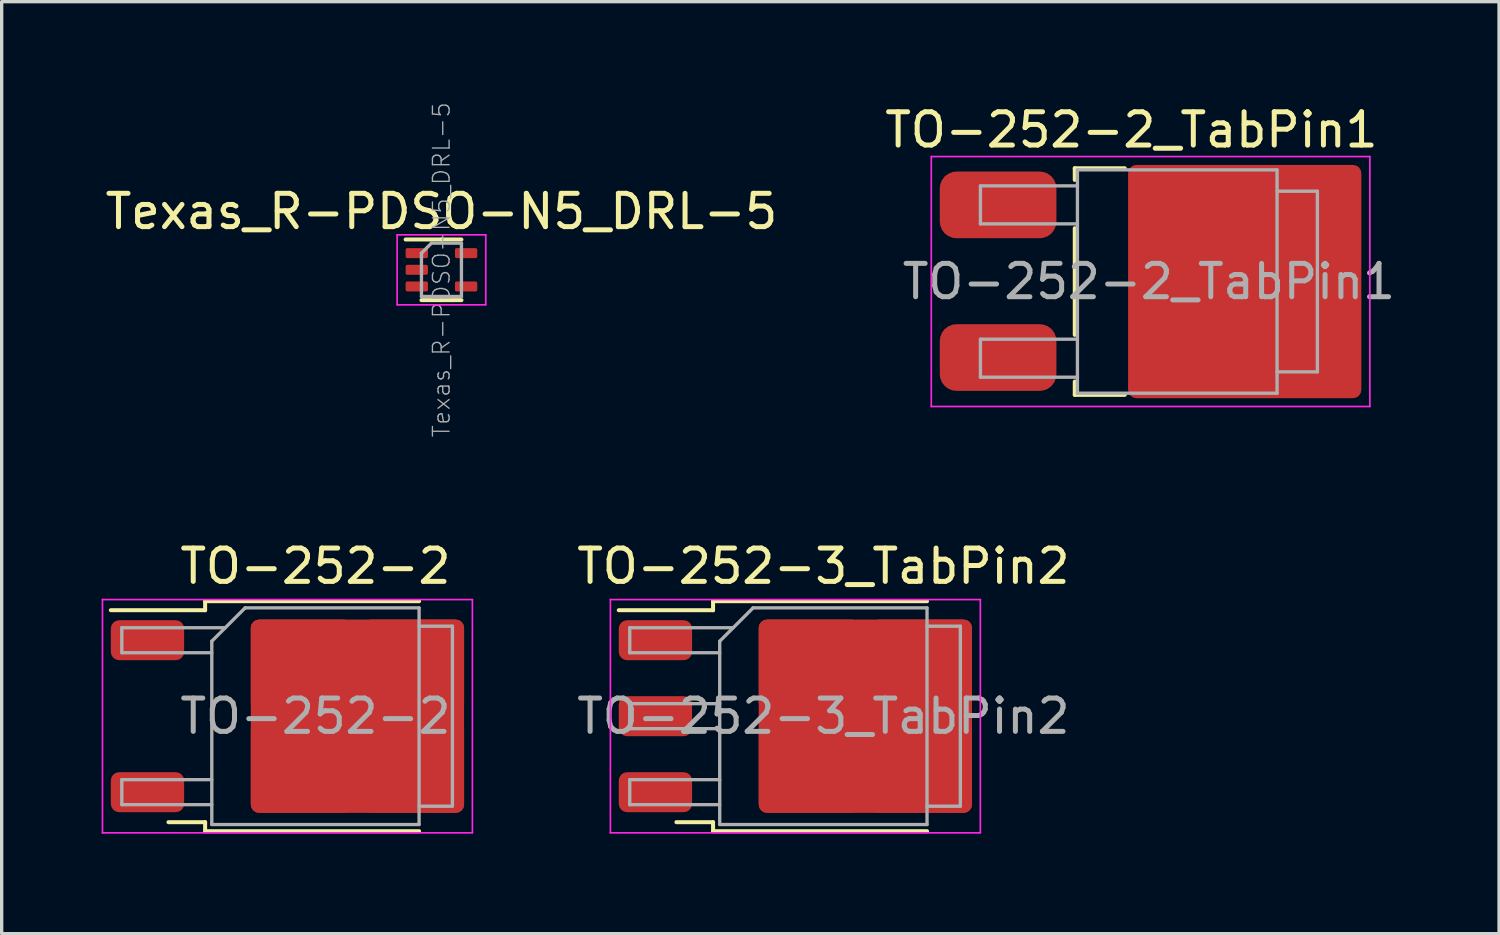
<source format=kicad_pcb>
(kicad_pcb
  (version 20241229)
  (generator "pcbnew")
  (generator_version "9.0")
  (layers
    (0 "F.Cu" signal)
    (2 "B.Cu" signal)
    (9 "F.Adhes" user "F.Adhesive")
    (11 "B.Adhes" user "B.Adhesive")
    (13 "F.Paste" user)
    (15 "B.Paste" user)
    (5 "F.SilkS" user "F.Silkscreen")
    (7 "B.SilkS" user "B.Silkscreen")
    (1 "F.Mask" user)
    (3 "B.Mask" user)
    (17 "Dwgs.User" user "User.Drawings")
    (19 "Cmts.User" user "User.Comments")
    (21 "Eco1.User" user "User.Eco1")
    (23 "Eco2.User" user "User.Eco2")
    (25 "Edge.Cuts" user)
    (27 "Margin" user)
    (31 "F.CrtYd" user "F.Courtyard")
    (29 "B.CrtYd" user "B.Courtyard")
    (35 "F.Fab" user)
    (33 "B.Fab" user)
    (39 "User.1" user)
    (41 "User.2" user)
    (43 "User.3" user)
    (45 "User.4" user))
  (footprint "TO-252-2_TabPin1"
    (layer "F.Cu")
    (at 32.274 5.398)
    (property "Reference" "TO-252-2_TabPin1" (at -1.375 -4.55 0) (layer "F.SilkS") (effects (font (size 1 1) (thickness 0.15))))
    (attr smd)
    (fp_line (start -3.075 -3.4) (end -1.575 -3.4) (stroke (width 0.12) (type solid)) (layer "F.SilkS"))
    (fp_line (start -3.075 -3.05) (end -3.075 -3.4) (stroke (width 0.12) (type solid)) (layer "F.SilkS"))
    (fp_line (start -3.075 1.6) (end -3.075 -1.6) (stroke (width 0.12) (type solid)) (layer "F.SilkS"))
    (fp_line (start -3.075 3.4) (end -3.075 3) (stroke (width 0.12) (type solid)) (layer "F.SilkS"))
    (fp_line (start -1.575 3.4) (end -3.075 3.4) (stroke (width 0.12) (type solid)) (layer "F.SilkS"))
    (fp_line (start -7.38 3.75) (end -7.38 -3.75) (stroke (width 0.05) (type solid)) (layer "F.CrtYd"))
    (fp_line (start -7.38 3.75) (end 5.78 3.75) (stroke (width 0.05) (type solid)) (layer "F.CrtYd"))
    (fp_line (start 5.78 -3.75) (end -7.38 -3.75) (stroke (width 0.05) (type solid)) (layer "F.CrtYd"))
    (fp_line (start 5.78 -3.75) (end 5.78 3.75) (stroke (width 0.05) (type solid)) (layer "F.CrtYd"))
    (fp_line (start -5.905 -2.87) (end -5.905 -1.73) (stroke (width 0.1) (type solid)) (layer "F.Fab"))
    (fp_line (start -5.905 -1.73) (end -2.995 -1.73) (stroke (width 0.1) (type solid)) (layer "F.Fab"))
    (fp_line (start -5.905 1.73) (end -5.905 2.87) (stroke (width 0.1) (type solid)) (layer "F.Fab"))
    (fp_line (start -5.905 2.87) (end -2.995 2.87) (stroke (width 0.1) (type solid)) (layer "F.Fab"))
    (fp_line (start -2.995 -2.87) (end -5.905 -2.87) (stroke (width 0.1) (type solid)) (layer "F.Fab"))
    (fp_line (start -2.995 1.73) (end -5.905 1.73) (stroke (width 0.1) (type solid)) (layer "F.Fab"))
    (fp_line (start -2.995 3.35) (end -2.995 -3.35) (stroke (width 0.1) (type solid)) (layer "F.Fab"))
    (fp_line (start -2.995 3.35) (end 2.995 3.35) (stroke (width 0.1) (type solid)) (layer "F.Fab"))
    (fp_line (start 2.995 -3.35) (end -2.995 -3.35) (stroke (width 0.1) (type solid)) (layer "F.Fab"))
    (fp_line (start 2.995 3.35) (end 2.995 -3.35) (stroke (width 0.1) (type solid)) (layer "F.Fab"))
    (fp_line (start 3.005 -2.71) (end 4.205 -2.71) (stroke (width 0.1) (type solid)) (layer "F.Fab"))
    (fp_line (start 4.205 -2.71) (end 4.205 2.71) (stroke (width 0.1) (type solid)) (layer "F.Fab"))
    (fp_line (start 4.205 2.71) (end 2.995 2.71) (stroke (width 0.1) (type solid)) (layer "F.Fab"))
    (fp_text user "${REFERENCE}" (at -0.85 0 0) (layer "F.Fab") (effects (font (size 1 1) (thickness 0.15))))
    (pad "" smd roundrect (at 0.25 -1.8 270) (size 3.3 3.3) (layers "F.Paste") (roundrect_rratio 0.076))
    (pad "" smd roundrect (at 0.25 1.8 270) (size 3.3 3.3) (layers "F.Paste") (roundrect_rratio 0.076))
    (pad "" smd roundrect (at 3.8 -1.8 270) (size 3.3 3.3) (layers "F.Paste") (roundrect_rratio 0.076))
    (pad "" smd roundrect (at 3.8 1.8 270) (size 3.3 3.3) (layers "F.Paste") (roundrect_rratio 0.076))
    (pad "1" smd roundrect (at -5.375 -2.3) (size 3.5 2) (layers "F.Cu" "F.Mask" "F.Paste") (roundrect_rratio 0.25))
    (pad "1" smd roundrect (at 2.025 0) (size 7 7) (layers "F.Cu" "F.Mask") (roundrect_rratio 0.036))
    (pad "2" smd roundrect (at -5.375 2.28) (size 3.5 2) (layers "F.Cu" "F.Mask" "F.Paste") (roundrect_rratio 0.25)))
  (footprint "Texas_R-PDSO-N5_DRL-5"
    (layer "F.Cu")
    (at 10.196 5.046)
    (property "Reference" "Texas_R-PDSO-N5_DRL-5" (at 0 -1.75 0) (layer "F.SilkS") (effects (font (size 1 1) (thickness 0.15))))
    (attr smd)
    (fp_line (start 0 -0.91) (end -1.075 -0.91) (stroke (width 0.12) (type solid)) (layer "F.SilkS"))
    (fp_line (start 0 -0.91) (end 0.6 -0.91) (stroke (width 0.12) (type solid)) (layer "F.SilkS"))
    (fp_line (start 0 0.91) (end -0.6 0.91) (stroke (width 0.12) (type solid)) (layer "F.SilkS"))
    (fp_line (start 0 0.91) (end 0.6 0.91) (stroke (width 0.12) (type solid)) (layer "F.SilkS"))
    (fp_line (start -1.33 -1.05) (end -1.33 1.05) (stroke (width 0.05) (type solid)) (layer "F.CrtYd"))
    (fp_line (start -1.33 1.05) (end 1.33 1.05) (stroke (width 0.05) (type solid)) (layer "F.CrtYd"))
    (fp_line (start 1.33 -1.05) (end -1.33 -1.05) (stroke (width 0.05) (type solid)) (layer "F.CrtYd"))
    (fp_line (start 1.33 1.05) (end 1.33 -1.05) (stroke (width 0.05) (type solid)) (layer "F.CrtYd"))
    (fp_line (start -0.6 -0.5) (end -0.3 -0.8) (stroke (width 0.1) (type solid)) (layer "F.Fab"))
    (fp_line (start -0.6 0.8) (end -0.6 -0.5) (stroke (width 0.1) (type solid)) (layer "F.Fab"))
    (fp_line (start -0.3 -0.8) (end 0.6 -0.8) (stroke (width 0.1) (type solid)) (layer "F.Fab"))
    (fp_line (start 0.6 -0.8) (end 0.6 0.8) (stroke (width 0.1) (type solid)) (layer "F.Fab"))
    (fp_line (start 0.6 0.8) (end -0.6 0.8) (stroke (width 0.1) (type solid)) (layer "F.Fab"))
    (fp_text user "${REFERENCE}" (at 0 0 90) (layer "F.Fab") (effects (font (size 0.5 0.5) (thickness 0.04))))
    (pad "1" smd roundrect (at -0.74 -0.5) (size 0.67 0.3) (layers "F.Cu" "F.Mask" "F.Paste") (roundrect_rratio 0.167))
    (pad "2" smd roundrect (at -0.74 0) (size 0.67 0.3) (layers "F.Cu" "F.Mask" "F.Paste") (roundrect_rratio 0.167))
    (pad "3" smd roundrect (at -0.74 0.5) (size 0.67 0.3) (layers "F.Cu" "F.Mask" "F.Paste") (roundrect_rratio 0.167))
    (pad "4" smd roundrect (at 0.74 0.5) (size 0.67 0.3) (layers "F.Cu" "F.Mask" "F.Paste") (roundrect_rratio 0.167))
    (pad "5" smd roundrect (at 0.74 -0.5) (size 0.67 0.3) (layers "F.Cu" "F.Mask" "F.Paste") (roundrect_rratio 0.167)))
  (footprint "TO-252-2"
    (layer "F.Cu")
    (at 6.415 18.44)
    (property "Reference" "TO-252-2" (at 0 -4.5 0) (layer "F.SilkS") (effects (font (size 1 1) (thickness 0.15))))
    (attr smd)
    (fp_line (start -3.31 -3.45) (end -3.31 -3.18) (stroke (width 0.12) (type solid)) (layer "F.SilkS"))
    (fp_line (start -3.31 -3.18) (end -6.14 -3.18) (stroke (width 0.12) (type solid)) (layer "F.SilkS"))
    (fp_line (start -3.31 3.18) (end -4.41 3.18) (stroke (width 0.12) (type solid)) (layer "F.SilkS"))
    (fp_line (start -3.31 3.45) (end -3.31 3.18) (stroke (width 0.12) (type solid)) (layer "F.SilkS"))
    (fp_line (start 3.11 -3.45) (end -3.31 -3.45) (stroke (width 0.12) (type solid)) (layer "F.SilkS"))
    (fp_line (start 3.11 3.45) (end -3.31 3.45) (stroke (width 0.12) (type solid)) (layer "F.SilkS"))
    (fp_line (start -6.39 -3.5) (end -6.39 3.5) (stroke (width 0.05) (type solid)) (layer "F.CrtYd"))
    (fp_line (start -6.39 3.5) (end 4.71 3.5) (stroke (width 0.05) (type solid)) (layer "F.CrtYd"))
    (fp_line (start 4.71 -3.5) (end -6.39 -3.5) (stroke (width 0.05) (type solid)) (layer "F.CrtYd"))
    (fp_line (start 4.71 3.5) (end 4.71 -3.5) (stroke (width 0.05) (type solid)) (layer "F.CrtYd"))
    (fp_line (start -5.81 -2.655) (end -5.81 -1.905) (stroke (width 0.1) (type solid)) (layer "F.Fab"))
    (fp_line (start -5.81 -1.905) (end -3.11 -1.905) (stroke (width 0.1) (type solid)) (layer "F.Fab"))
    (fp_line (start -5.81 1.905) (end -5.81 2.655) (stroke (width 0.1) (type solid)) (layer "F.Fab"))
    (fp_line (start -5.81 2.655) (end -3.11 2.655) (stroke (width 0.1) (type solid)) (layer "F.Fab"))
    (fp_line (start -3.11 -2.25) (end -2.11 -3.25) (stroke (width 0.1) (type solid)) (layer "F.Fab"))
    (fp_line (start -3.11 1.905) (end -5.81 1.905) (stroke (width 0.1) (type solid)) (layer "F.Fab"))
    (fp_line (start -3.11 3.25) (end -3.11 -2.25) (stroke (width 0.1) (type solid)) (layer "F.Fab"))
    (fp_line (start -2.705 -2.655) (end -5.81 -2.655) (stroke (width 0.1) (type solid)) (layer "F.Fab"))
    (fp_line (start -2.11 -3.25) (end 3.11 -3.25) (stroke (width 0.1) (type solid)) (layer "F.Fab"))
    (fp_line (start 3.11 -3.25) (end 3.11 3.25) (stroke (width 0.1) (type solid)) (layer "F.Fab"))
    (fp_line (start 3.11 -2.7) (end 4.11 -2.7) (stroke (width 0.1) (type solid)) (layer "F.Fab"))
    (fp_line (start 3.11 3.25) (end -3.11 3.25) (stroke (width 0.1) (type solid)) (layer "F.Fab"))
    (fp_line (start 4.11 -2.7) (end 4.11 2.7) (stroke (width 0.1) (type solid)) (layer "F.Fab"))
    (fp_line (start 4.11 2.7) (end 3.11 2.7) (stroke (width 0.1) (type solid)) (layer "F.Fab"))
    (fp_text user "${REFERENCE}" (at 0 0 0) (layer "F.Fab") (effects (font (size 1 1) (thickness 0.15))))
    (pad "1" smd roundrect (at -5.04 -2.28) (size 2.2 1.2) (layers "F.Cu" "F.Mask" "F.Paste") (roundrect_rratio 0.208))
    (pad "2" smd roundrect (at -0.415 -1.525) (size 3.05 2.75) (layers "F.Cu" "F.Paste") (roundrect_rratio 0.091))
    (pad "2" smd roundrect (at -0.415 1.525) (size 3.05 2.75) (layers "F.Cu" "F.Paste") (roundrect_rratio 0.091))
    (pad "2" smd roundrect (at 1.26 0) (size 6.4 5.8) (layers "F.Cu" "F.Mask") (roundrect_rratio 0.043))
    (pad "2" smd roundrect (at 2.935 -1.525) (size 3.05 2.75) (layers "F.Cu" "F.Paste") (roundrect_rratio 0.091))
    (pad "2" smd roundrect (at 2.935 1.525) (size 3.05 2.75) (layers "F.Cu" "F.Paste") (roundrect_rratio 0.091))
    (pad "3" smd roundrect (at -5.04 2.28) (size 2.2 1.2) (layers "F.Cu" "F.Mask" "F.Paste") (roundrect_rratio 0.208)))
  (footprint "TO-252-3_TabPin2"
    (layer "F.Cu")
    (at 21.656 18.44)
    (property "Reference" "TO-252-3_TabPin2" (at 0 -4.5 0) (layer "F.SilkS") (effects (font (size 1 1) (thickness 0.15))))
    (attr smd)
    (fp_line (start -3.31 -3.45) (end -3.31 -3.18) (stroke (width 0.12) (type solid)) (layer "F.SilkS"))
    (fp_line (start -3.31 -3.18) (end -6.14 -3.18) (stroke (width 0.12) (type solid)) (layer "F.SilkS"))
    (fp_line (start -3.31 3.18) (end -4.41 3.18) (stroke (width 0.12) (type solid)) (layer "F.SilkS"))
    (fp_line (start -3.31 3.45) (end -3.31 3.18) (stroke (width 0.12) (type solid)) (layer "F.SilkS"))
    (fp_line (start 3.11 -3.45) (end -3.31 -3.45) (stroke (width 0.12) (type solid)) (layer "F.SilkS"))
    (fp_line (start 3.11 3.45) (end -3.31 3.45) (stroke (width 0.12) (type solid)) (layer "F.SilkS"))
    (fp_line (start -6.39 -3.5) (end -6.39 3.5) (stroke (width 0.05) (type solid)) (layer "F.CrtYd"))
    (fp_line (start -6.39 3.5) (end 4.71 3.5) (stroke (width 0.05) (type solid)) (layer "F.CrtYd"))
    (fp_line (start 4.71 -3.5) (end -6.39 -3.5) (stroke (width 0.05) (type solid)) (layer "F.CrtYd"))
    (fp_line (start 4.71 3.5) (end 4.71 -3.5) (stroke (width 0.05) (type solid)) (layer "F.CrtYd"))
    (fp_line (start -5.81 -2.655) (end -5.81 -1.905) (stroke (width 0.1) (type solid)) (layer "F.Fab"))
    (fp_line (start -5.81 -1.905) (end -3.11 -1.905) (stroke (width 0.1) (type solid)) (layer "F.Fab"))
    (fp_line (start -5.81 -0.375) (end -5.81 0.375) (stroke (width 0.1) (type solid)) (layer "F.Fab"))
    (fp_line (start -5.81 0.375) (end -3.11 0.375) (stroke (width 0.1) (type solid)) (layer "F.Fab"))
    (fp_line (start -5.81 1.905) (end -5.81 2.655) (stroke (width 0.1) (type solid)) (layer "F.Fab"))
    (fp_line (start -5.81 2.655) (end -3.11 2.655) (stroke (width 0.1) (type solid)) (layer "F.Fab"))
    (fp_line (start -3.11 -2.25) (end -2.11 -3.25) (stroke (width 0.1) (type solid)) (layer "F.Fab"))
    (fp_line (start -3.11 -0.375) (end -5.81 -0.375) (stroke (width 0.1) (type solid)) (layer "F.Fab"))
    (fp_line (start -3.11 1.905) (end -5.81 1.905) (stroke (width 0.1) (type solid)) (layer "F.Fab"))
    (fp_line (start -3.11 3.25) (end -3.11 -2.25) (stroke (width 0.1) (type solid)) (layer "F.Fab"))
    (fp_line (start -2.705 -2.655) (end -5.81 -2.655) (stroke (width 0.1) (type solid)) (layer "F.Fab"))
    (fp_line (start -2.11 -3.25) (end 3.11 -3.25) (stroke (width 0.1) (type solid)) (layer "F.Fab"))
    (fp_line (start 3.11 -3.25) (end 3.11 3.25) (stroke (width 0.1) (type solid)) (layer "F.Fab"))
    (fp_line (start 3.11 -2.7) (end 4.11 -2.7) (stroke (width 0.1) (type solid)) (layer "F.Fab"))
    (fp_line (start 3.11 3.25) (end -3.11 3.25) (stroke (width 0.1) (type solid)) (layer "F.Fab"))
    (fp_line (start 4.11 -2.7) (end 4.11 2.7) (stroke (width 0.1) (type solid)) (layer "F.Fab"))
    (fp_line (start 4.11 2.7) (end 3.11 2.7) (stroke (width 0.1) (type solid)) (layer "F.Fab"))
    (fp_text user "${REFERENCE}" (at 0 0 0) (layer "F.Fab") (effects (font (size 1 1) (thickness 0.15))))
    (pad "1" smd roundrect (at -5.04 -2.28) (size 2.2 1.2) (layers "F.Cu" "F.Mask" "F.Paste") (roundrect_rratio 0.208))
    (pad "2" smd roundrect (at -5.04 0) (size 2.2 1.2) (layers "F.Cu" "F.Mask" "F.Paste") (roundrect_rratio 0.208))
    (pad "2" smd roundrect (at -0.415 -1.525) (size 3.05 2.75) (layers "F.Cu" "F.Paste") (roundrect_rratio 0.091))
    (pad "2" smd roundrect (at -0.415 1.525) (size 3.05 2.75) (layers "F.Cu" "F.Paste") (roundrect_rratio 0.091))
    (pad "2" smd roundrect (at 1.26 0) (size 6.4 5.8) (layers "F.Cu" "F.Mask") (roundrect_rratio 0.043))
    (pad "2" smd roundrect (at 2.935 -1.525) (size 3.05 2.75) (layers "F.Cu" "F.Paste") (roundrect_rratio 0.091))
    (pad "2" smd roundrect (at 2.935 1.525) (size 3.05 2.75) (layers "F.Cu" "F.Paste") (roundrect_rratio 0.091))
    (pad "3" smd roundrect (at -5.04 2.28) (size 2.2 1.2) (layers "F.Cu" "F.Mask" "F.Paste") (roundrect_rratio 0.208)))
  (gr_rect
    (start -3 -3)
    (end 41.93 24.965)
    (stroke (width 0.1) (type default))
    (fill no)
    (layer "Edge.Cuts")))
</source>
